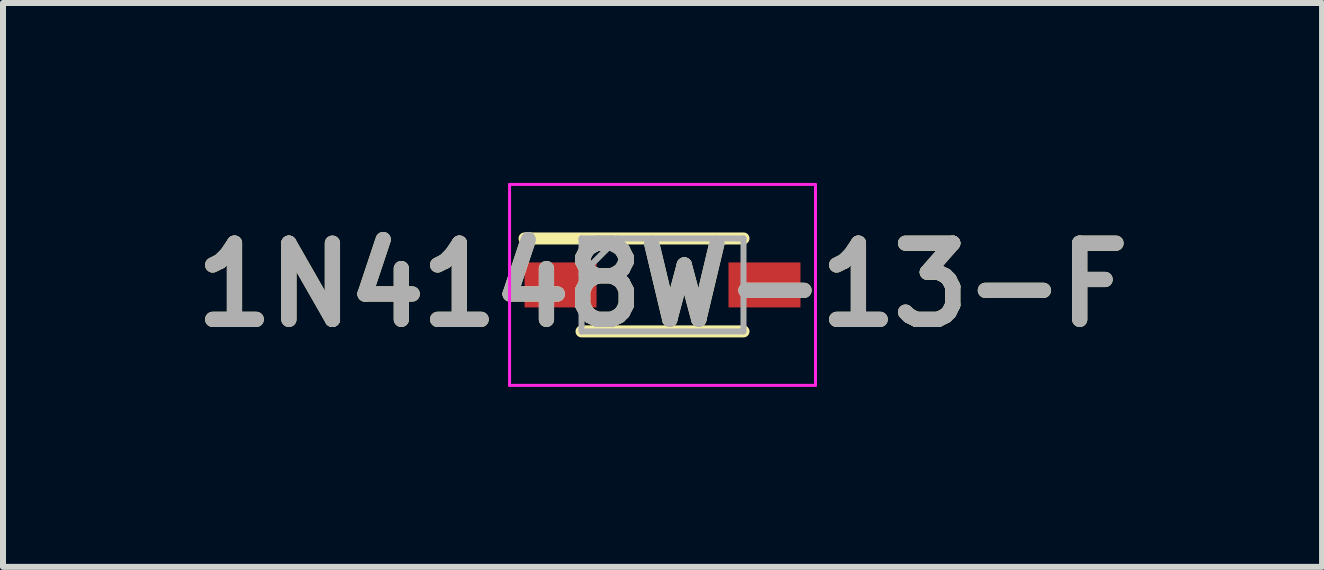
<source format=kicad_pcb>
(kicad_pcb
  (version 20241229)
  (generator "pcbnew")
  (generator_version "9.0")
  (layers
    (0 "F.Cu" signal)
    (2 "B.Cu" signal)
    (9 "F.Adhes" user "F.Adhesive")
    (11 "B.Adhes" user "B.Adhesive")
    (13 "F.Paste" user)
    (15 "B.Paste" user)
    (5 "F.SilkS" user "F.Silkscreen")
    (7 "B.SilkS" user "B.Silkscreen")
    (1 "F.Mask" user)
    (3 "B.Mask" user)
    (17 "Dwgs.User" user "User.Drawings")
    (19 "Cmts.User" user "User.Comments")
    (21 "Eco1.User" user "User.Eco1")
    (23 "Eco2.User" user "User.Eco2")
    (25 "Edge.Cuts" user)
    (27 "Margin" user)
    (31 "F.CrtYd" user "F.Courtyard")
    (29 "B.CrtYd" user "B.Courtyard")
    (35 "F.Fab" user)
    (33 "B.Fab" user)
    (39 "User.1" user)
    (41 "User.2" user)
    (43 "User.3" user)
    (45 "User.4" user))
  (footprint "1N4148W-13-F"
    (layer "F.Cu")
    (at 7.995 1.7)
    (property "Reference" "1N4148W-13-F" (at 0 0 0) (layer "F.SilkS") (effects (font (size 1.27 1.27) (thickness 0.254))))
    (attr smd)
    (fp_line (start -2.3 -0.775) (end 1.35 -0.775) (stroke (width 0.2) (type solid)) (layer "F.SilkS"))
    (fp_line (start -1.35 0.775) (end 1.35 0.775) (stroke (width 0.2) (type solid)) (layer "F.SilkS"))
    (fp_line (start -2.55 -1.675) (end 2.55 -1.675) (stroke (width 0.05) (type solid)) (layer "F.CrtYd"))
    (fp_line (start -2.55 1.675) (end -2.55 -1.675) (stroke (width 0.05) (type solid)) (layer "F.CrtYd"))
    (fp_line (start 2.55 -1.675) (end 2.55 1.675) (stroke (width 0.05) (type solid)) (layer "F.CrtYd"))
    (fp_line (start 2.55 1.675) (end -2.55 1.675) (stroke (width 0.05) (type solid)) (layer "F.CrtYd"))
    (fp_line (start -1.35 -0.775) (end 1.35 -0.775) (stroke (width 0.1) (type solid)) (layer "F.Fab"))
    (fp_line (start -1.35 -0.175) (end -0.75 -0.775) (stroke (width 0.1) (type solid)) (layer "F.Fab"))
    (fp_line (start -1.35 0.775) (end -1.35 -0.775) (stroke (width 0.1) (type solid)) (layer "F.Fab"))
    (fp_line (start 1.35 -0.775) (end 1.35 0.775) (stroke (width 0.1) (type solid)) (layer "F.Fab"))
    (fp_line (start 1.35 0.775) (end -1.35 0.775) (stroke (width 0.1) (type solid)) (layer "F.Fab"))
    (fp_text user "${REFERENCE}" (at 0 0 0) (layer "F.Fab") (effects (font (size 1.27 1.27) (thickness 0.254))))
    (pad "1" smd rect (at -1.7 0 90) (size 0.75 1.2) (layers "F.Cu" "F.Mask" "F.Paste"))
    (pad "2" smd rect (at 1.7 0 90) (size 0.75 1.2) (layers "F.Cu" "F.Mask" "F.Paste")))
  (gr_rect
    (start -3 -3)
    (end 18.99 6.4)
    (stroke (width 0.1) (type default))
    (fill no)
    (layer "Edge.Cuts")))
</source>
